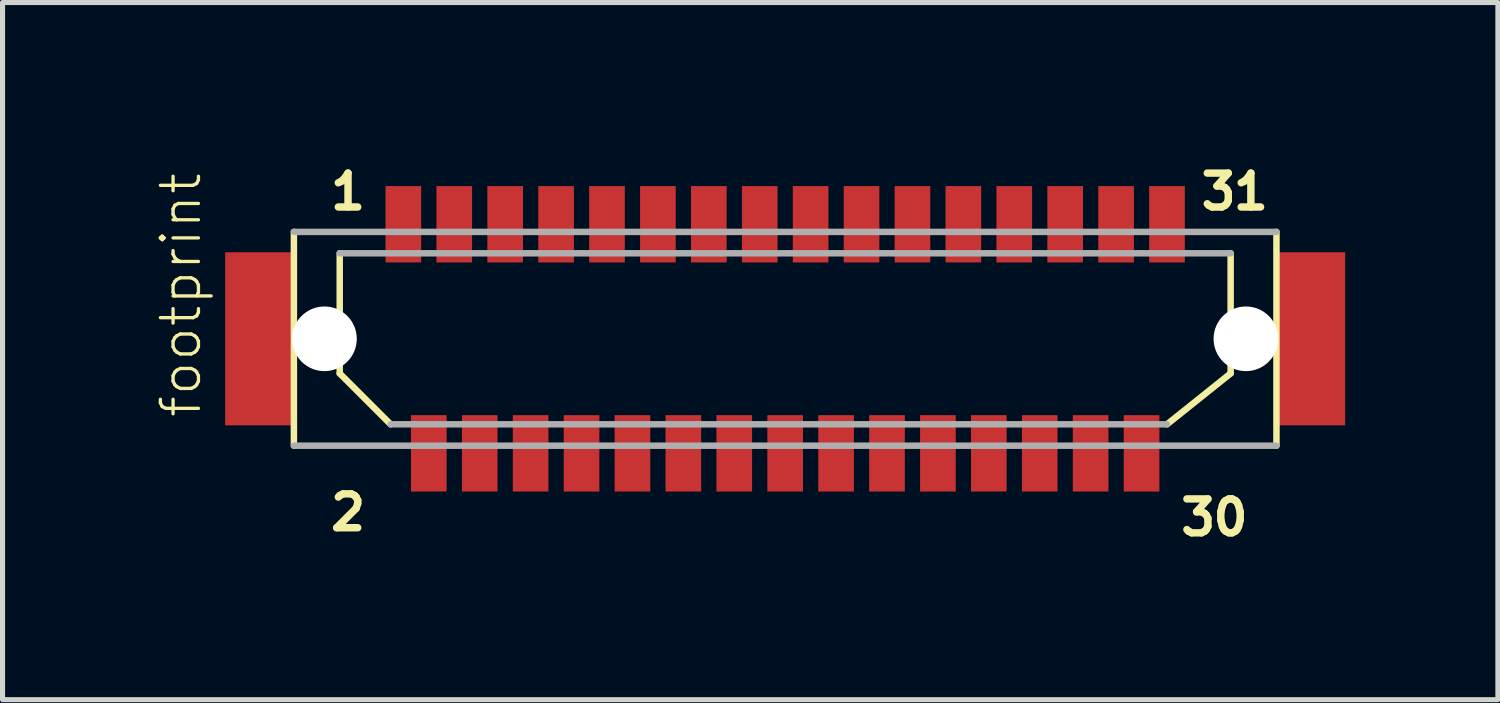
<source format=kicad_pcb>
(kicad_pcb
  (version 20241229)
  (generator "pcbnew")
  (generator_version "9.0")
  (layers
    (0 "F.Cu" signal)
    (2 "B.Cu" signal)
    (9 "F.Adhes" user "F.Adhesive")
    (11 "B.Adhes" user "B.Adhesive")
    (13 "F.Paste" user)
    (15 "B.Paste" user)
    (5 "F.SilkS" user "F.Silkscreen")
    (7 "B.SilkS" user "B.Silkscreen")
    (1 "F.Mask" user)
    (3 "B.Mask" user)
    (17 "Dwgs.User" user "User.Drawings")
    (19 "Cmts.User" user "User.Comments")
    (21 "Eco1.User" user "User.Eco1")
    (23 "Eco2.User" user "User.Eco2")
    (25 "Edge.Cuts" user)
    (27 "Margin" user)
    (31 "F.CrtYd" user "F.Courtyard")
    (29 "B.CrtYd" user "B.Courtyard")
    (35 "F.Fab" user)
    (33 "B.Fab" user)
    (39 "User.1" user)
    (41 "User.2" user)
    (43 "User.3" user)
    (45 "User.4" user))
  (footprint "footprint"
    (layer "F.Cu")
    (at 12.373 3.605)
    (property "Reference" "footprint" (at -11.43 1.587 90) (layer "F.SilkS") (effects (font (size 0.748 0.748) (thickness 0.065)) (justify left bottom)))
    (fp_line (start -9.65 2.1) (end -9.65 -2.1) (stroke (width 0.127) (type solid)) (layer "F.SilkS"))
    (fp_line (start -8.75 0.68) (end -8.75 -1.68) (stroke (width 0.127) (type solid)) (layer "F.SilkS"))
    (fp_line (start -8.75 0.68) (end -7.75 1.68) (stroke (width 0.127) (type solid)) (layer "F.SilkS"))
    (fp_line (start 8.75 -1.68) (end 8.75 0.68) (stroke (width 0.127) (type solid)) (layer "F.SilkS"))
    (fp_line (start 8.75 0.68) (end 7.5 1.68) (stroke (width 0.127) (type solid)) (layer "F.SilkS"))
    (fp_line (start 9.65 -2.1) (end 9.65 2.1) (stroke (width 0.127) (type solid)) (layer "F.SilkS"))
    (fp_line (start -9.65 -2.1) (end 9.65 -2.1) (stroke (width 0.127) (type solid)) (layer "F.Fab"))
    (fp_line (start -8.75 -1.68) (end 8.75 -1.68) (stroke (width 0.127) (type solid)) (layer "F.Fab"))
    (fp_line (start 7.5 1.68) (end -7.75 1.68) (stroke (width 0.127) (type solid)) (layer "F.Fab"))
    (fp_line (start 9.65 2.1) (end -9.65 2.1) (stroke (width 0.127) (type solid)) (layer "F.Fab"))
    (fp_text user "30" (at 7.7 3.9 0) (layer "F.SilkS") (effects (font (size 0.666 0.666) (thickness 0.146)) (justify left bottom)))
    (fp_text user "31" (at 8.1 -2.5 0) (layer "F.SilkS") (effects (font (size 0.666 0.666) (thickness 0.146)) (justify left bottom)))
    (fp_text user "1" (at -9 -2.5 0) (layer "F.SilkS") (effects (font (size 0.666 0.666) (thickness 0.146)) (justify left bottom)))
    (fp_text user "2" (at -9 3.8 0) (layer "F.SilkS") (effects (font (size 0.666 0.666) (thickness 0.146)) (justify left bottom)))
    (pad "" np_thru_hole circle (at -9.05 0) (size 1.27 1.27) (drill 1.27) (layers "*.Cu" "*.Mask"))
    (pad "" np_thru_hole circle (at 9.05 0) (size 1.27 1.27) (drill 1.27) (layers "*.Cu" "*.Mask"))
    (pad "1" smd rect (at -7.5 -2.25) (size 0.7 1.5) (layers "F.Cu" "F.Mask" "F.Paste"))
    (pad "2" smd rect (at -7 2.25) (size 0.7 1.5) (layers "F.Cu" "F.Mask" "F.Paste"))
    (pad "3" smd rect (at -6.5 -2.25) (size 0.7 1.5) (layers "F.Cu" "F.Mask" "F.Paste"))
    (pad "4" smd rect (at -6 2.25) (size 0.7 1.5) (layers "F.Cu" "F.Mask" "F.Paste"))
    (pad "5" smd rect (at -5.5 -2.25) (size 0.7 1.5) (layers "F.Cu" "F.Mask" "F.Paste"))
    (pad "6" smd rect (at -5 2.25) (size 0.7 1.5) (layers "F.Cu" "F.Mask" "F.Paste"))
    (pad "7" smd rect (at -4.5 -2.25) (size 0.7 1.5) (layers "F.Cu" "F.Mask" "F.Paste"))
    (pad "8" smd rect (at -4 2.25) (size 0.7 1.5) (layers "F.Cu" "F.Mask" "F.Paste"))
    (pad "9" smd rect (at -3.5 -2.25) (size 0.7 1.5) (layers "F.Cu" "F.Mask" "F.Paste"))
    (pad "10" smd rect (at -3 2.25) (size 0.7 1.5) (layers "F.Cu" "F.Mask" "F.Paste"))
    (pad "11" smd rect (at -2.5 -2.25) (size 0.7 1.5) (layers "F.Cu" "F.Mask" "F.Paste"))
    (pad "12" smd rect (at -2 2.25) (size 0.7 1.5) (layers "F.Cu" "F.Mask" "F.Paste"))
    (pad "13" smd rect (at -1.5 -2.25) (size 0.7 1.5) (layers "F.Cu" "F.Mask" "F.Paste"))
    (pad "14" smd rect (at -1 2.25) (size 0.7 1.5) (layers "F.Cu" "F.Mask" "F.Paste"))
    (pad "15" smd rect (at -0.5 -2.25) (size 0.7 1.5) (layers "F.Cu" "F.Mask" "F.Paste"))
    (pad "16" smd rect (at 0 2.25) (size 0.7 1.5) (layers "F.Cu" "F.Mask" "F.Paste"))
    (pad "17" smd rect (at 0.5 -2.25) (size 0.7 1.5) (layers "F.Cu" "F.Mask" "F.Paste"))
    (pad "18" smd rect (at 1 2.25) (size 0.7 1.5) (layers "F.Cu" "F.Mask" "F.Paste"))
    (pad "19" smd rect (at 1.5 -2.25) (size 0.7 1.5) (layers "F.Cu" "F.Mask" "F.Paste"))
    (pad "20" smd rect (at 2 2.25) (size 0.7 1.5) (layers "F.Cu" "F.Mask" "F.Paste"))
    (pad "21" smd rect (at 2.5 -2.25) (size 0.7 1.5) (layers "F.Cu" "F.Mask" "F.Paste"))
    (pad "22" smd rect (at 3 2.25) (size 0.7 1.5) (layers "F.Cu" "F.Mask" "F.Paste"))
    (pad "23" smd rect (at 3.5 -2.25) (size 0.7 1.5) (layers "F.Cu" "F.Mask" "F.Paste"))
    (pad "24" smd rect (at 4 2.25) (size 0.7 1.5) (layers "F.Cu" "F.Mask" "F.Paste"))
    (pad "25" smd rect (at 4.5 -2.25) (size 0.7 1.5) (layers "F.Cu" "F.Mask" "F.Paste"))
    (pad "26" smd rect (at 5 2.25) (size 0.7 1.5) (layers "F.Cu" "F.Mask" "F.Paste"))
    (pad "27" smd rect (at 5.5 -2.25) (size 0.7 1.5) (layers "F.Cu" "F.Mask" "F.Paste"))
    (pad "28" smd rect (at 6 2.25) (size 0.7 1.5) (layers "F.Cu" "F.Mask" "F.Paste"))
    (pad "29" smd rect (at 6.5 -2.25) (size 0.7 1.5) (layers "F.Cu" "F.Mask" "F.Paste"))
    (pad "30" smd rect (at 7 2.25) (size 0.7 1.5) (layers "F.Cu" "F.Mask" "F.Paste"))
    (pad "31" smd rect (at 7.5 -2.25) (size 0.7 1.5) (layers "F.Cu" "F.Mask" "F.Paste"))
    (pad "M1" smd rect (at -10.35 0) (size 1.3 3.4) (layers "F.Cu" "F.Mask" "F.Paste"))
    (pad "M2" smd rect (at 10.35 0) (size 1.3 3.4) (layers "F.Cu" "F.Mask" "F.Paste")))
  (gr_rect
    (start -3 -3)
    (end 26.373 10.693)
    (stroke (width 0.1) (type default))
    (fill no)
    (layer "Edge.Cuts")))
</source>
